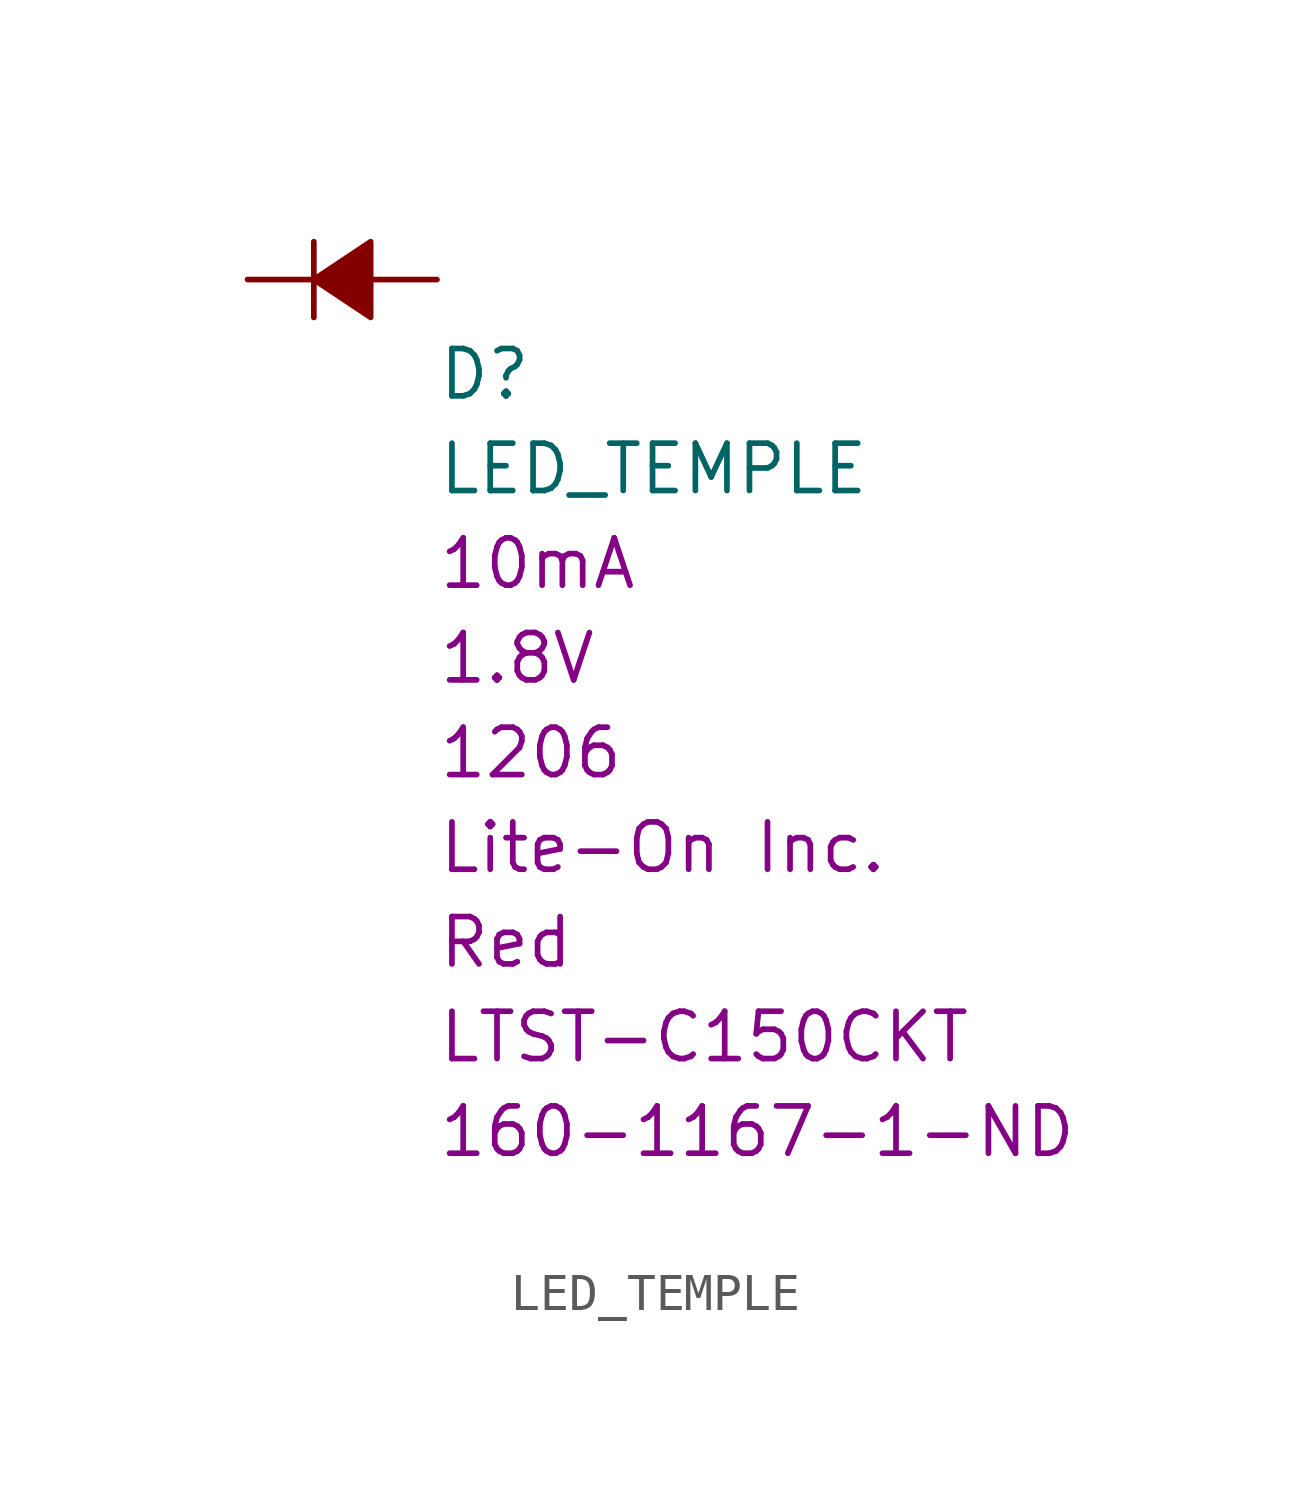
<source format=kicad_sym>
(kicad_symbol_lib
  (version 20220914)
  (generator kicad_symbol_editor)
  (symbol "LED_TEMPLE"
    (pin_numbers hide)
    (pin_names
      (offset 0.254) hide)
    (property "Reference" "D"
      (at 2.54 -2.54 0)
      (effects (font (size 1.27 1.27)) (justify left)))
    (property "Value" "LED_TEMPLE"
      (at 2.54 -5.08 0)
      (effects (font (size 1.27 1.27)) (justify left)))
    (property "Current" "10mA"
      (at 2.54 -7.62 0)
      (effects (font (size 1.27 1.27)) (justify left)))
    (property "Voltage - Forward" "1.8V"
      (at 2.54 -10.16 0)
      (effects (font (size 1.27 1.27)) (justify left)))
    (property "Chip set" "1206"
      (at 2.54 -12.7 0)
      (effects (font (size 1.27 1.27)) (justify left)))
    (property "Manufacturer" "Lite-On Inc."
      (at 2.54 -15.24 0)
      (effects (font (size 1.27 1.27)) (justify left)))
    (property "Color" "Red"
      (at 2.54 -17.78 0)
      (effects (font (size 1.27 1.27)) (justify left)))
    (property "MPN" "LTST-C150CKT"
      (at 2.54 -20.32 0)
      (effects (font (size 1.27 1.27)) (justify left)))
    (property "Digi-Key_PN" "160-1167-1-ND"
      (at 2.54 -22.86 0)
      (effects (font (size 1.27 1.27)) (justify left)))
    (symbol "LED_TEMPLE_0_1"
      (polyline (pts (xy -0.762 -1.016) (xy -0.762 1.016)) (stroke (width 0) (type solid)) (fill (type none)))
      (polyline (pts (xy -0.762 0) (xy 0.762 0)) (stroke (width 0) (type solid)) (fill (type none)))
      (polyline (pts (xy 0.762 -1.016) (xy -0.762 0) (xy 0.762 1.016) (xy 0.762 -1.016)) (stroke (width 0) (type solid)) (fill (type outline))))
    (symbol "LED_TEMPLE_1_1"
      (pin passive line (at -2.54 0 0) (length 1.778) (name "K" (effects (font (size 1.27 1.27)))) (number "1" (effects (font (size 1.27 1.27)))))
      (pin passive line (at 2.54 0 180) (length 1.778) (name "A" (effects (font (size 1.27 1.27)))) (number "2" (effects (font (size 1.27 1.27))))))))
</source>
